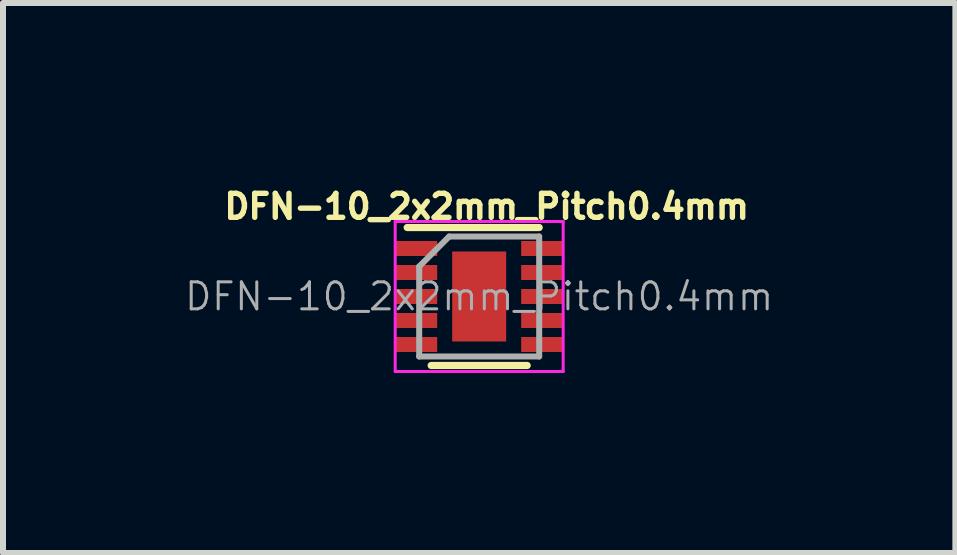
<source format=kicad_pcb>
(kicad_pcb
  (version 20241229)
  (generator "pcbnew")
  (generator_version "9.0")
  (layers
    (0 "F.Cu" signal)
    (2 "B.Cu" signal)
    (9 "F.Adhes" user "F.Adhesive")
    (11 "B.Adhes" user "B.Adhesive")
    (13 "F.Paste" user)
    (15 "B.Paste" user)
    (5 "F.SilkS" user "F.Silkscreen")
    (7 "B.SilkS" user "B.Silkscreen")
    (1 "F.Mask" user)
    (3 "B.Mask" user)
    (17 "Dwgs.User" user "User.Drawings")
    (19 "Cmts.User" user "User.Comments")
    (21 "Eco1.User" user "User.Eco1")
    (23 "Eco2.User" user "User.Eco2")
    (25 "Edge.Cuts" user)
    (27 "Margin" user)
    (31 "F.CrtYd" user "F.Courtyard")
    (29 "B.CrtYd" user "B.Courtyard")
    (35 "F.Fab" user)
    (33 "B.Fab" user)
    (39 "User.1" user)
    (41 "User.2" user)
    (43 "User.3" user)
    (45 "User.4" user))
  (footprint "DFN-10_2x2mm_Pitch0.4mm"
    (layer "F.Cu")
    (at 4.937 1.892)
    (property "Reference" "DFN-10_2x2mm_Pitch0.4mm" (at 0.125 -1.5 0) (layer "F.SilkS") (effects (font (size 0.4 0.4) (thickness 0.09))))
    (attr smd)
    (fp_line (start 0.8 1.15) (end -0.8 1.15) (stroke (width 0.12) (type solid)) (layer "F.SilkS"))
    (fp_line (start 1 -1.15) (end -1.2 -1.15) (stroke (width 0.12) (type solid)) (layer "F.SilkS"))
    (fp_line (start -1.4 1.25) (end -1.4 -1.25) (stroke (width 0.05) (type solid)) (layer "F.CrtYd"))
    (fp_line (start -1.4 1.25) (end 1.4 1.25) (stroke (width 0.05) (type solid)) (layer "F.CrtYd"))
    (fp_line (start 1.4 -1.25) (end -1.4 -1.25) (stroke (width 0.05) (type solid)) (layer "F.CrtYd"))
    (fp_line (start 1.4 -1.25) (end 1.4 1.25) (stroke (width 0.05) (type solid)) (layer "F.CrtYd"))
    (fp_line (start -1 -0.5) (end -1 1) (stroke (width 0.1) (type solid)) (layer "F.Fab"))
    (fp_line (start -0.5 -1) (end -1 -0.5) (stroke (width 0.1) (type solid)) (layer "F.Fab"))
    (fp_line (start 1 -1) (end -0.5 -1) (stroke (width 0.1) (type solid)) (layer "F.Fab"))
    (fp_line (start 1 1) (end -1 1) (stroke (width 0.1) (type solid)) (layer "F.Fab"))
    (fp_line (start 1 1) (end 1 -1) (stroke (width 0.1) (type solid)) (layer "F.Fab"))
    (fp_text user "${REFERENCE}" (at 0 0 0) (layer "F.Fab") (effects (font (size 0.45 0.45) (thickness 0.05))))
    (pad "1" smd rect (at -1.05 -0.8) (size 0.7 0.25) (layers "F.Cu" "F.Mask" "F.Paste"))
    (pad "2" smd rect (at -1.05 -0.4) (size 0.7 0.25) (layers "F.Cu" "F.Mask" "F.Paste"))
    (pad "3" smd rect (at -1.05 0) (size 0.7 0.25) (layers "F.Cu" "F.Mask" "F.Paste"))
    (pad "4" smd rect (at -1.05 0.4) (size 0.7 0.25) (layers "F.Cu" "F.Mask" "F.Paste"))
    (pad "5" smd rect (at -1.05 0.8) (size 0.7 0.25) (layers "F.Cu" "F.Mask" "F.Paste"))
    (pad "6" smd rect (at 1.05 0.8) (size 0.7 0.25) (layers "F.Cu" "F.Mask" "F.Paste"))
    (pad "7" smd rect (at 1.05 0.4) (size 0.7 0.25) (layers "F.Cu" "F.Mask" "F.Paste"))
    (pad "8" smd rect (at 1.05 0) (size 0.7 0.25) (layers "F.Cu" "F.Mask" "F.Paste"))
    (pad "9" smd rect (at 1.05 -0.4) (size 0.7 0.25) (layers "F.Cu" "F.Mask" "F.Paste"))
    (pad "10" smd rect (at 1.05 -0.8) (size 0.7 0.25) (layers "F.Cu" "F.Mask" "F.Paste"))
    (pad "11" smd rect (at 0 0) (size 0.9 1.5) (layers "F.Cu" "F.Mask" "F.Paste")))
  (gr_rect
    (start -3 -3)
    (end 12.874 6.167)
    (stroke (width 0.1) (type default))
    (fill no)
    (layer "Edge.Cuts")))
</source>
